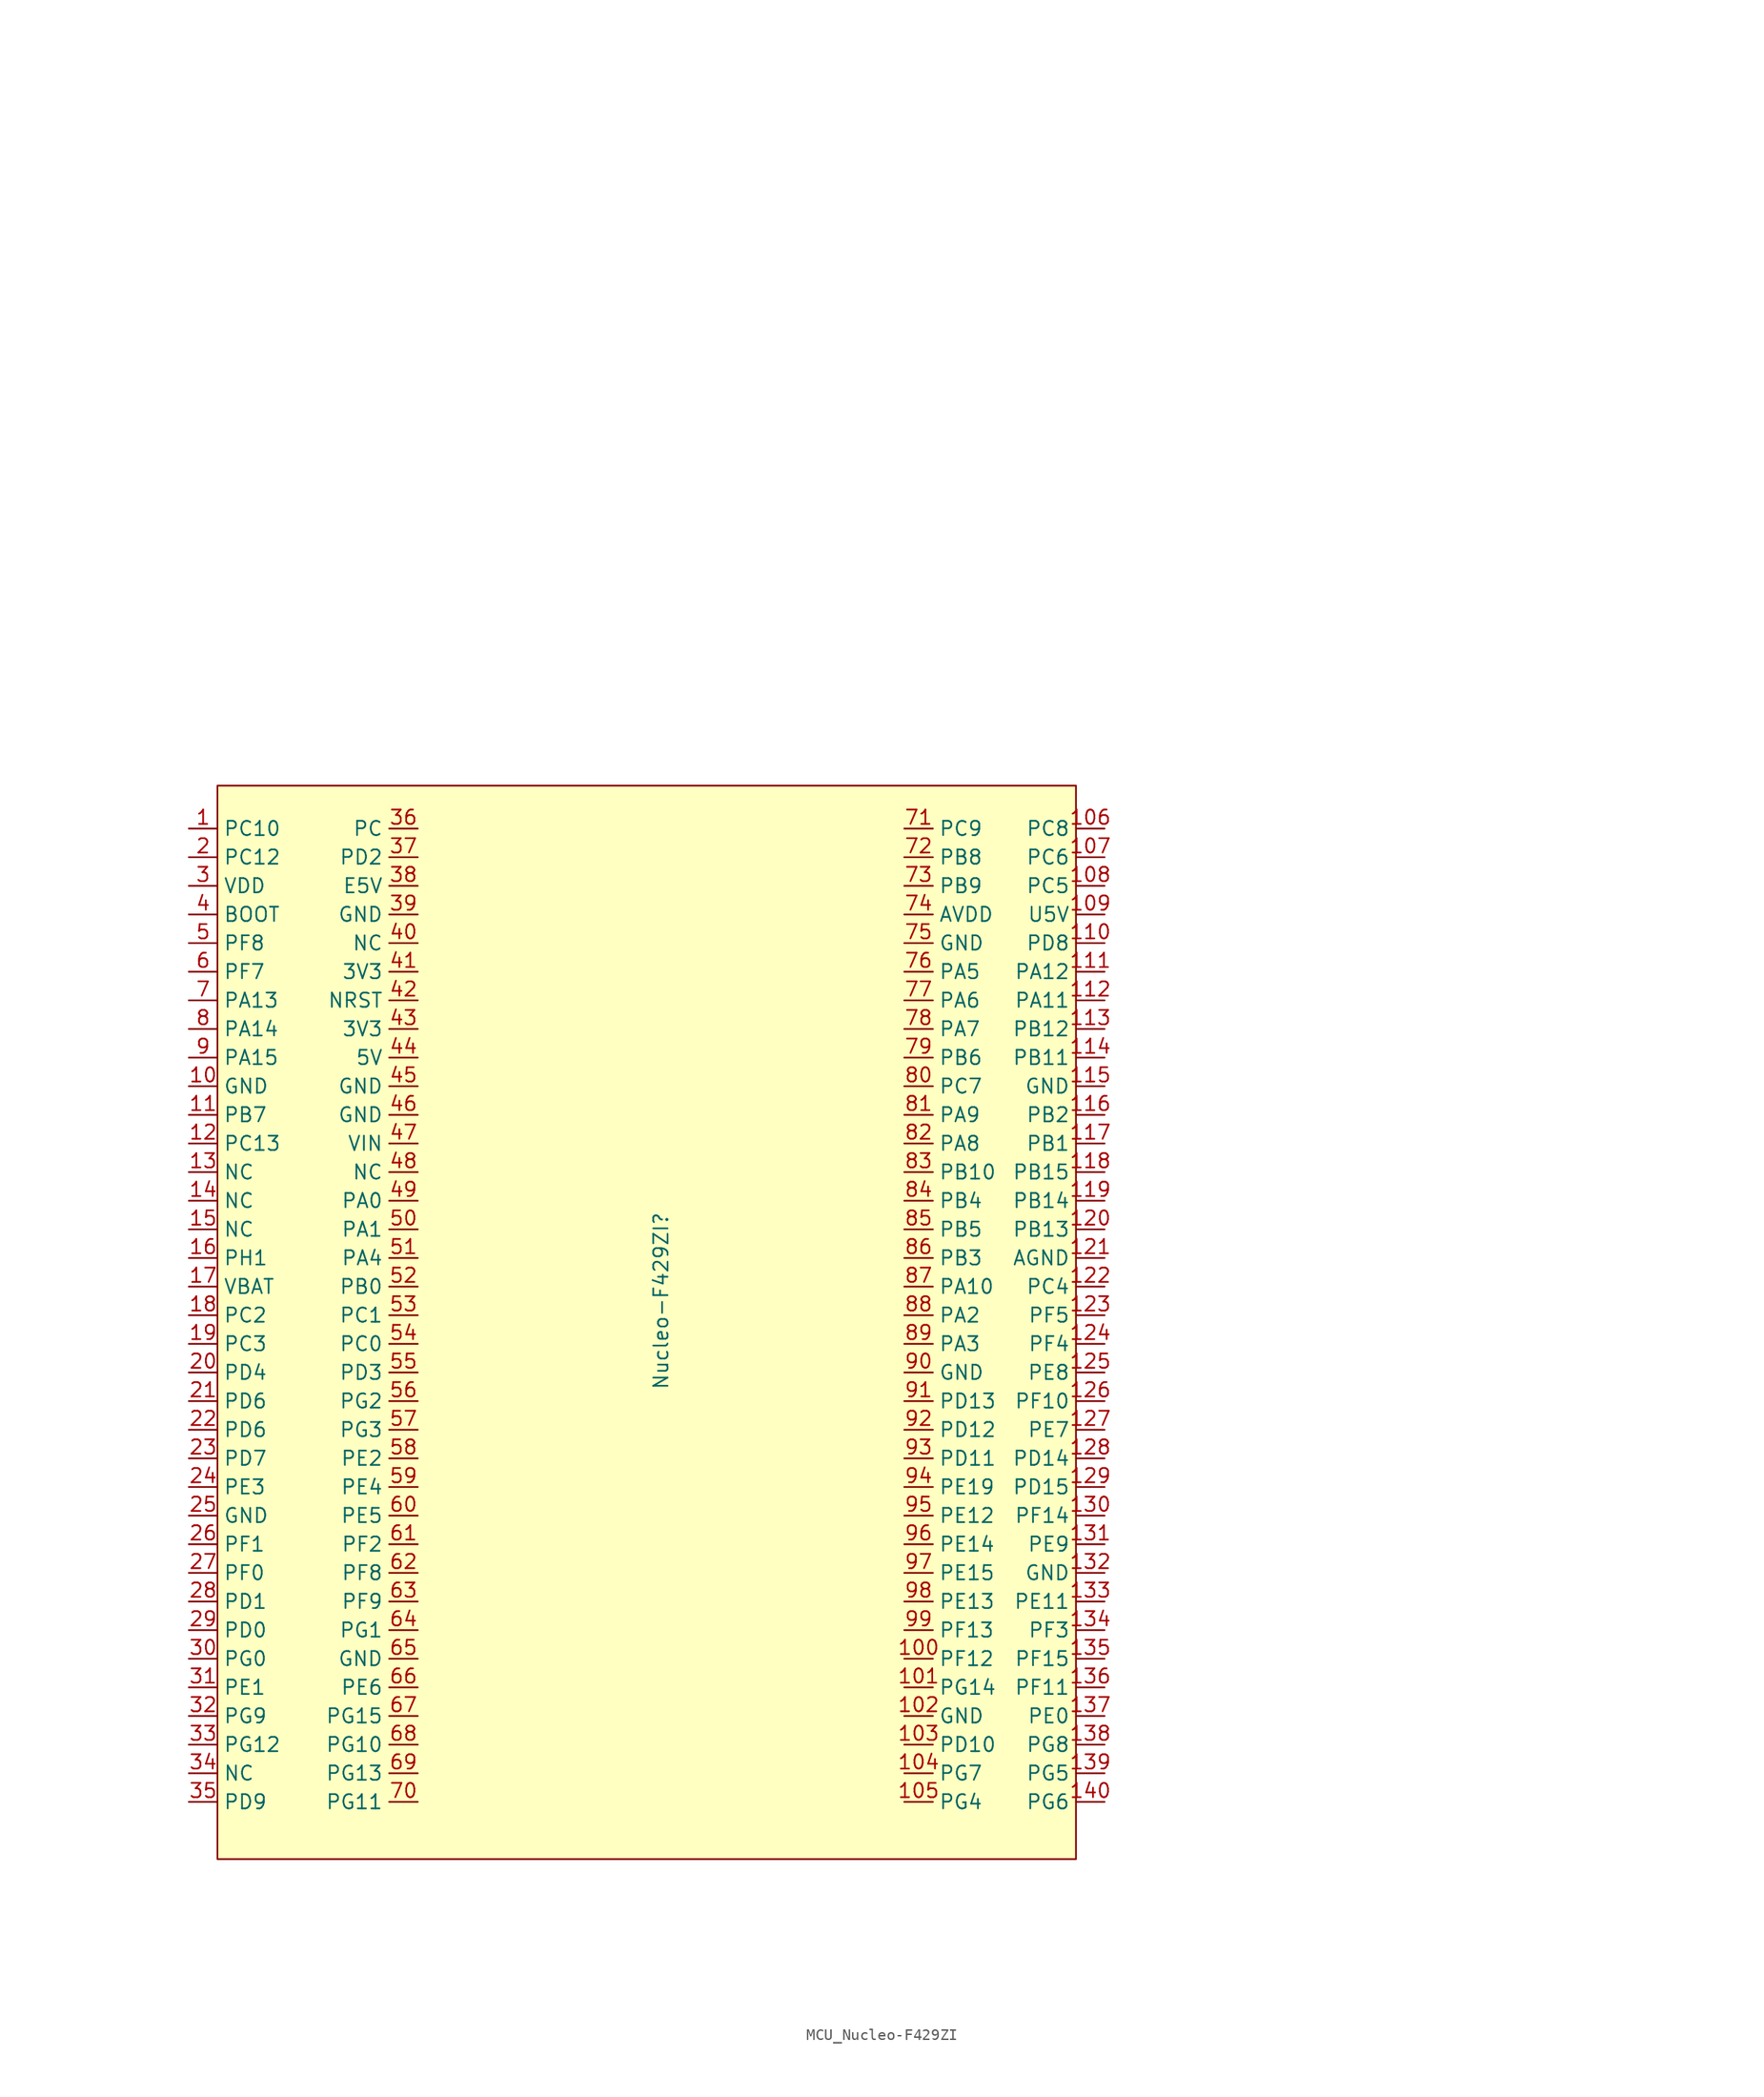
<source format=kicad_sym>
(kicad_symbol_lib
  (version 20220914)
  (generator kicad_symbol_editor)
  (symbol "MCU_Nucleo-F429ZI"
    (property "Reference" "Nucleo-F429ZI"
      (at -81.28 -96.52 90)
      (effects (font (size 1.27 1.27))))
    (property "Value" ""
      (at 0 0 0)
      (effects (font (size 1.27 1.27))))
    (symbol "MCU_Nucleo-F429ZI_1_0"
      (pin bidirectional line (at -123.19 -77.47 0) (length 2.54) (name "GND" (effects (font (size 1.27 1.27)))) (number "10" (effects (font (size 1.27 1.27)))))
      (pin bidirectional line (at -59.69 -128.27 0) (length 2.54) (name "PF12" (effects (font (size 1.27 1.27)))) (number "100" (effects (font (size 1.27 1.27)))))
      (pin bidirectional line (at -59.69 -130.81 0) (length 2.54) (name "PG14" (effects (font (size 1.27 1.27)))) (number "101" (effects (font (size 1.27 1.27)))))
      (pin bidirectional line (at -59.69 -133.35 0) (length 2.54) (name "GND" (effects (font (size 1.27 1.27)))) (number "102" (effects (font (size 1.27 1.27)))))
      (pin bidirectional line (at -59.69 -135.89 0) (length 2.54) (name "PD10" (effects (font (size 1.27 1.27)))) (number "103" (effects (font (size 1.27 1.27)))))
      (pin bidirectional line (at -59.69 -138.43 0) (length 2.54) (name "PG7" (effects (font (size 1.27 1.27)))) (number "104" (effects (font (size 1.27 1.27)))))
      (pin bidirectional line (at -59.69 -140.97 0) (length 2.54) (name "PG4" (effects (font (size 1.27 1.27)))) (number "105" (effects (font (size 1.27 1.27)))))
      (pin bidirectional line (at -41.91 -54.61 180) (length 2.54) (name "PC8" (effects (font (size 1.27 1.27)))) (number "106" (effects (font (size 1.27 1.27)))))
      (pin bidirectional line (at -41.91 -57.15 180) (length 2.54) (name "PC6" (effects (font (size 1.27 1.27)))) (number "107" (effects (font (size 1.27 1.27)))))
      (pin bidirectional line (at -41.91 -59.69 180) (length 2.54) (name "PC5" (effects (font (size 1.27 1.27)))) (number "108" (effects (font (size 1.27 1.27)))))
      (pin bidirectional line (at -41.91 -62.23 180) (length 2.54) (name "U5V" (effects (font (size 1.27 1.27)))) (number "109" (effects (font (size 1.27 1.27)))))
      (pin bidirectional line (at -123.19 -80.01 0) (length 2.54) (name "PB7" (effects (font (size 1.27 1.27)))) (number "11" (effects (font (size 1.27 1.27)))))
      (pin bidirectional line (at -41.91 -64.77 180) (length 2.54) (name "PD8" (effects (font (size 1.27 1.27)))) (number "110" (effects (font (size 1.27 1.27)))))
      (pin bidirectional line (at -41.91 -67.31 180) (length 2.54) (name "PA12" (effects (font (size 1.27 1.27)))) (number "111" (effects (font (size 1.27 1.27)))))
      (pin bidirectional line (at -41.91 -69.85 180) (length 2.54) (name "PA11" (effects (font (size 1.27 1.27)))) (number "112" (effects (font (size 1.27 1.27)))))
      (pin bidirectional line (at -41.91 -72.39 180) (length 2.54) (name "PB12" (effects (font (size 1.27 1.27)))) (number "113" (effects (font (size 1.27 1.27)))))
      (pin bidirectional line (at -41.91 -74.93 180) (length 2.54) (name "PB11" (effects (font (size 1.27 1.27)))) (number "114" (effects (font (size 1.27 1.27)))))
      (pin bidirectional line (at -41.91 -77.47 180) (length 2.54) (name "GND" (effects (font (size 1.27 1.27)))) (number "115" (effects (font (size 1.27 1.27)))))
      (pin bidirectional line (at -41.91 -80.01 180) (length 2.54) (name "PB2" (effects (font (size 1.27 1.27)))) (number "116" (effects (font (size 1.27 1.27)))))
      (pin bidirectional line (at -41.91 -82.55 180) (length 2.54) (name "PB1" (effects (font (size 1.27 1.27)))) (number "117" (effects (font (size 1.27 1.27)))))
      (pin bidirectional line (at -41.91 -85.09 180) (length 2.54) (name "PB15" (effects (font (size 1.27 1.27)))) (number "118" (effects (font (size 1.27 1.27)))))
      (pin bidirectional line (at -41.91 -87.63 180) (length 2.54) (name "PB14" (effects (font (size 1.27 1.27)))) (number "119" (effects (font (size 1.27 1.27)))))
      (pin bidirectional line (at -123.19 -82.55 0) (length 2.54) (name "PC13" (effects (font (size 1.27 1.27)))) (number "12" (effects (font (size 1.27 1.27)))))
      (pin bidirectional line (at -41.91 -90.17 180) (length 2.54) (name "PB13" (effects (font (size 1.27 1.27)))) (number "120" (effects (font (size 1.27 1.27)))))
      (pin bidirectional line (at -41.91 -92.71 180) (length 2.54) (name "AGND" (effects (font (size 1.27 1.27)))) (number "121" (effects (font (size 1.27 1.27)))))
      (pin bidirectional line (at -41.91 -95.25 180) (length 2.54) (name "PC4" (effects (font (size 1.27 1.27)))) (number "122" (effects (font (size 1.27 1.27)))))
      (pin bidirectional line (at -41.91 -97.79 180) (length 2.54) (name "PF5" (effects (font (size 1.27 1.27)))) (number "123" (effects (font (size 1.27 1.27)))))
      (pin bidirectional line (at -41.91 -100.33 180) (length 2.54) (name "PF4" (effects (font (size 1.27 1.27)))) (number "124" (effects (font (size 1.27 1.27)))))
      (pin bidirectional line (at -41.91 -102.87 180) (length 2.54) (name "PE8" (effects (font (size 1.27 1.27)))) (number "125" (effects (font (size 1.27 1.27)))))
      (pin bidirectional line (at -41.91 -105.41 180) (length 2.54) (name "PF10" (effects (font (size 1.27 1.27)))) (number "126" (effects (font (size 1.27 1.27)))))
      (pin bidirectional line (at -41.91 -107.95 180) (length 2.54) (name "PE7" (effects (font (size 1.27 1.27)))) (number "127" (effects (font (size 1.27 1.27)))))
      (pin bidirectional line (at -41.91 -110.49 180) (length 2.54) (name "PD14" (effects (font (size 1.27 1.27)))) (number "128" (effects (font (size 1.27 1.27)))))
      (pin bidirectional line (at -41.91 -113.03 180) (length 2.54) (name "PD15" (effects (font (size 1.27 1.27)))) (number "129" (effects (font (size 1.27 1.27)))))
      (pin bidirectional line (at -123.19 -85.09 0) (length 2.54) (name "NC" (effects (font (size 1.27 1.27)))) (number "13" (effects (font (size 1.27 1.27)))))
      (pin bidirectional line (at -41.91 -115.57 180) (length 2.54) (name "PF14" (effects (font (size 1.27 1.27)))) (number "130" (effects (font (size 1.27 1.27)))))
      (pin bidirectional line (at -41.91 -118.11 180) (length 2.54) (name "PE9" (effects (font (size 1.27 1.27)))) (number "131" (effects (font (size 1.27 1.27)))))
      (pin bidirectional line (at -41.91 -120.65 180) (length 2.54) (name "GND" (effects (font (size 1.27 1.27)))) (number "132" (effects (font (size 1.27 1.27)))))
      (pin bidirectional line (at -41.91 -123.19 180) (length 2.54) (name "PE11" (effects (font (size 1.27 1.27)))) (number "133" (effects (font (size 1.27 1.27)))))
      (pin bidirectional line (at -41.91 -125.73 180) (length 2.54) (name "PF3" (effects (font (size 1.27 1.27)))) (number "134" (effects (font (size 1.27 1.27)))))
      (pin bidirectional line (at -41.91 -128.27 180) (length 2.54) (name "PF15" (effects (font (size 1.27 1.27)))) (number "135" (effects (font (size 1.27 1.27)))))
      (pin bidirectional line (at -41.91 -130.81 180) (length 2.54) (name "PF11" (effects (font (size 1.27 1.27)))) (number "136" (effects (font (size 1.27 1.27)))))
      (pin bidirectional line (at -41.91 -133.35 180) (length 2.54) (name "PE0" (effects (font (size 1.27 1.27)))) (number "137" (effects (font (size 1.27 1.27)))))
      (pin bidirectional line (at -41.91 -135.89 180) (length 2.54) (name "PG8" (effects (font (size 1.27 1.27)))) (number "138" (effects (font (size 1.27 1.27)))))
      (pin bidirectional line (at -41.91 -138.43 180) (length 2.54) (name "PG5" (effects (font (size 1.27 1.27)))) (number "139" (effects (font (size 1.27 1.27)))))
      (pin bidirectional line (at -123.19 -87.63 0) (length 2.54) (name "NC" (effects (font (size 1.27 1.27)))) (number "14" (effects (font (size 1.27 1.27)))))
      (pin bidirectional line (at -41.91 -140.97 180) (length 2.54) (name "PG6" (effects (font (size 1.27 1.27)))) (number "140" (effects (font (size 1.27 1.27)))))
      (pin bidirectional line (at -123.19 -90.17 0) (length 2.54) (name "NC" (effects (font (size 1.27 1.27)))) (number "15" (effects (font (size 1.27 1.27)))))
      (pin bidirectional line (at -123.19 -92.71 0) (length 2.54) (name "PH1" (effects (font (size 1.27 1.27)))) (number "16" (effects (font (size 1.27 1.27)))))
      (pin bidirectional line (at -123.19 -95.25 0) (length 2.54) (name "VBAT" (effects (font (size 1.27 1.27)))) (number "17" (effects (font (size 1.27 1.27)))))
      (pin bidirectional line (at -123.19 -97.79 0) (length 2.54) (name "PC2" (effects (font (size 1.27 1.27)))) (number "18" (effects (font (size 1.27 1.27)))))
      (pin bidirectional line (at -123.19 -100.33 0) (length 2.54) (name "PC3" (effects (font (size 1.27 1.27)))) (number "19" (effects (font (size 1.27 1.27)))))
      (pin bidirectional line (at -123.19 -57.15 0) (length 2.54) (name "PC12" (effects (font (size 1.27 1.27)))) (number "2" (effects (font (size 1.27 1.27)))))
      (pin bidirectional line (at -123.19 -102.87 0) (length 2.54) (name "PD4" (effects (font (size 1.27 1.27)))) (number "20" (effects (font (size 1.27 1.27)))))
      (pin bidirectional line (at -123.19 -105.41 0) (length 2.54) (name "PD6" (effects (font (size 1.27 1.27)))) (number "21" (effects (font (size 1.27 1.27)))))
      (pin bidirectional line (at -123.19 -107.95 0) (length 2.54) (name "PD6" (effects (font (size 1.27 1.27)))) (number "22" (effects (font (size 1.27 1.27)))))
      (pin bidirectional line (at -123.19 -110.49 0) (length 2.54) (name "PD7" (effects (font (size 1.27 1.27)))) (number "23" (effects (font (size 1.27 1.27)))))
      (pin bidirectional line (at -123.19 -113.03 0) (length 2.54) (name "PE3" (effects (font (size 1.27 1.27)))) (number "24" (effects (font (size 1.27 1.27)))))
      (pin bidirectional line (at -123.19 -115.57 0) (length 2.54) (name "GND" (effects (font (size 1.27 1.27)))) (number "25" (effects (font (size 1.27 1.27)))))
      (pin bidirectional line (at -123.19 -118.11 0) (length 2.54) (name "PF1" (effects (font (size 1.27 1.27)))) (number "26" (effects (font (size 1.27 1.27)))))
      (pin bidirectional line (at -123.19 -120.65 0) (length 2.54) (name "PF0" (effects (font (size 1.27 1.27)))) (number "27" (effects (font (size 1.27 1.27)))))
      (pin bidirectional line (at -123.19 -123.19 0) (length 2.54) (name "PD1" (effects (font (size 1.27 1.27)))) (number "28" (effects (font (size 1.27 1.27)))))
      (pin bidirectional line (at -123.19 -125.73 0) (length 2.54) (name "PD0" (effects (font (size 1.27 1.27)))) (number "29" (effects (font (size 1.27 1.27)))))
      (pin bidirectional line (at -123.19 -59.69 0) (length 2.54) (name "VDD" (effects (font (size 1.27 1.27)))) (number "3" (effects (font (size 1.27 1.27)))))
      (pin bidirectional line (at -123.19 -128.27 0) (length 2.54) (name "PG0" (effects (font (size 1.27 1.27)))) (number "30" (effects (font (size 1.27 1.27)))))
      (pin bidirectional line (at -123.19 -130.81 0) (length 2.54) (name "PE1" (effects (font (size 1.27 1.27)))) (number "31" (effects (font (size 1.27 1.27)))))
      (pin bidirectional line (at -123.19 -133.35 0) (length 2.54) (name "PG9" (effects (font (size 1.27 1.27)))) (number "32" (effects (font (size 1.27 1.27)))))
      (pin bidirectional line (at -123.19 -135.89 0) (length 2.54) (name "PG12" (effects (font (size 1.27 1.27)))) (number "33" (effects (font (size 1.27 1.27)))))
      (pin bidirectional line (at -123.19 -138.43 0) (length 2.54) (name "NC" (effects (font (size 1.27 1.27)))) (number "34" (effects (font (size 1.27 1.27)))))
      (pin bidirectional line (at -123.19 -140.97 0) (length 2.54) (name "PD9" (effects (font (size 1.27 1.27)))) (number "35" (effects (font (size 1.27 1.27)))))
      (pin bidirectional line (at -102.87 -54.61 180) (length 2.54) (name "PC" (effects (font (size 1.27 1.27)))) (number "36" (effects (font (size 1.27 1.27)))))
      (pin bidirectional line (at -102.87 -57.15 180) (length 2.54) (name "PD2" (effects (font (size 1.27 1.27)))) (number "37" (effects (font (size 1.27 1.27)))))
      (pin bidirectional line (at -102.87 -59.69 180) (length 2.54) (name "E5V" (effects (font (size 1.27 1.27)))) (number "38" (effects (font (size 1.27 1.27)))))
      (pin bidirectional line (at -102.87 -62.23 180) (length 2.54) (name "GND" (effects (font (size 1.27 1.27)))) (number "39" (effects (font (size 1.27 1.27)))))
      (pin bidirectional line (at -123.19 -62.23 0) (length 2.54) (name "BOOT" (effects (font (size 1.27 1.27)))) (number "4" (effects (font (size 1.27 1.27)))))
      (pin bidirectional line (at -102.87 -64.77 180) (length 2.54) (name "NC" (effects (font (size 1.27 1.27)))) (number "40" (effects (font (size 1.27 1.27)))))
      (pin bidirectional line (at -102.87 -67.31 180) (length 2.54) (name "3V3" (effects (font (size 1.27 1.27)))) (number "41" (effects (font (size 1.27 1.27)))))
      (pin bidirectional line (at -102.87 -69.85 180) (length 2.54) (name "NRST" (effects (font (size 1.27 1.27)))) (number "42" (effects (font (size 1.27 1.27)))))
      (pin bidirectional line (at -102.87 -72.39 180) (length 2.54) (name "3V3" (effects (font (size 1.27 1.27)))) (number "43" (effects (font (size 1.27 1.27)))))
      (pin bidirectional line (at -102.87 -74.93 180) (length 2.54) (name "5V" (effects (font (size 1.27 1.27)))) (number "44" (effects (font (size 1.27 1.27)))))
      (pin bidirectional line (at -102.87 -77.47 180) (length 2.54) (name "GND" (effects (font (size 1.27 1.27)))) (number "45" (effects (font (size 1.27 1.27)))))
      (pin bidirectional line (at -102.87 -80.01 180) (length 2.54) (name "GND" (effects (font (size 1.27 1.27)))) (number "46" (effects (font (size 1.27 1.27)))))
      (pin bidirectional line (at -102.87 -82.55 180) (length 2.54) (name "VIN" (effects (font (size 1.27 1.27)))) (number "47" (effects (font (size 1.27 1.27)))))
      (pin bidirectional line (at -102.87 -85.09 180) (length 2.54) (name "NC" (effects (font (size 1.27 1.27)))) (number "48" (effects (font (size 1.27 1.27)))))
      (pin bidirectional line (at -102.87 -87.63 180) (length 2.54) (name "PA0" (effects (font (size 1.27 1.27)))) (number "49" (effects (font (size 1.27 1.27)))))
      (pin bidirectional line (at -123.19 -64.77 0) (length 2.54) (name "PF8" (effects (font (size 1.27 1.27)))) (number "5" (effects (font (size 1.27 1.27)))))
      (pin bidirectional line (at -102.87 -90.17 180) (length 2.54) (name "PA1" (effects (font (size 1.27 1.27)))) (number "50" (effects (font (size 1.27 1.27)))))
      (pin bidirectional line (at -102.87 -92.71 180) (length 2.54) (name "PA4" (effects (font (size 1.27 1.27)))) (number "51" (effects (font (size 1.27 1.27)))))
      (pin bidirectional line (at -102.87 -95.25 180) (length 2.54) (name "PB0" (effects (font (size 1.27 1.27)))) (number "52" (effects (font (size 1.27 1.27)))))
      (pin bidirectional line (at -102.87 -97.79 180) (length 2.54) (name "PC1" (effects (font (size 1.27 1.27)))) (number "53" (effects (font (size 1.27 1.27)))))
      (pin bidirectional line (at -102.87 -100.33 180) (length 2.54) (name "PC0" (effects (font (size 1.27 1.27)))) (number "54" (effects (font (size 1.27 1.27)))))
      (pin bidirectional line (at -102.87 -102.87 180) (length 2.54) (name "PD3" (effects (font (size 1.27 1.27)))) (number "55" (effects (font (size 1.27 1.27)))))
      (pin bidirectional line (at -102.87 -105.41 180) (length 2.54) (name "PG2" (effects (font (size 1.27 1.27)))) (number "56" (effects (font (size 1.27 1.27)))))
      (pin bidirectional line (at -102.87 -107.95 180) (length 2.54) (name "PG3" (effects (font (size 1.27 1.27)))) (number "57" (effects (font (size 1.27 1.27)))))
      (pin bidirectional line (at -102.87 -110.49 180) (length 2.54) (name "PE2" (effects (font (size 1.27 1.27)))) (number "58" (effects (font (size 1.27 1.27)))))
      (pin bidirectional line (at -102.87 -113.03 180) (length 2.54) (name "PE4" (effects (font (size 1.27 1.27)))) (number "59" (effects (font (size 1.27 1.27)))))
      (pin bidirectional line (at -123.19 -67.31 0) (length 2.54) (name "PF7" (effects (font (size 1.27 1.27)))) (number "6" (effects (font (size 1.27 1.27)))))
      (pin bidirectional line (at -102.87 -115.57 180) (length 2.54) (name "PE5" (effects (font (size 1.27 1.27)))) (number "60" (effects (font (size 1.27 1.27)))))
      (pin bidirectional line (at -102.87 -118.11 180) (length 2.54) (name "PF2" (effects (font (size 1.27 1.27)))) (number "61" (effects (font (size 1.27 1.27)))))
      (pin bidirectional line (at -102.87 -120.65 180) (length 2.54) (name "PF8" (effects (font (size 1.27 1.27)))) (number "62" (effects (font (size 1.27 1.27)))))
      (pin bidirectional line (at -102.87 -123.19 180) (length 2.54) (name "PF9" (effects (font (size 1.27 1.27)))) (number "63" (effects (font (size 1.27 1.27)))))
      (pin bidirectional line (at -102.87 -125.73 180) (length 2.54) (name "PG1" (effects (font (size 1.27 1.27)))) (number "64" (effects (font (size 1.27 1.27)))))
      (pin bidirectional line (at -102.87 -128.27 180) (length 2.54) (name "GND" (effects (font (size 1.27 1.27)))) (number "65" (effects (font (size 1.27 1.27)))))
      (pin bidirectional line (at -102.87 -130.81 180) (length 2.54) (name "PE6" (effects (font (size 1.27 1.27)))) (number "66" (effects (font (size 1.27 1.27)))))
      (pin bidirectional line (at -102.87 -133.35 180) (length 2.54) (name "PG15" (effects (font (size 1.27 1.27)))) (number "67" (effects (font (size 1.27 1.27)))))
      (pin bidirectional line (at -102.87 -135.89 180) (length 2.54) (name "PG10" (effects (font (size 1.27 1.27)))) (number "68" (effects (font (size 1.27 1.27)))))
      (pin bidirectional line (at -102.87 -138.43 180) (length 2.54) (name "PG13" (effects (font (size 1.27 1.27)))) (number "69" (effects (font (size 1.27 1.27)))))
      (pin bidirectional line (at -123.19 -69.85 0) (length 2.54) (name "PA13" (effects (font (size 1.27 1.27)))) (number "7" (effects (font (size 1.27 1.27)))))
      (pin bidirectional line (at -102.87 -140.97 180) (length 2.54) (name "PG11" (effects (font (size 1.27 1.27)))) (number "70" (effects (font (size 1.27 1.27)))))
      (pin bidirectional line (at -59.69 -54.61 0) (length 2.54) (name "PC9" (effects (font (size 1.27 1.27)))) (number "71" (effects (font (size 1.27 1.27)))))
      (pin bidirectional line (at -59.69 -57.15 0) (length 2.54) (name "PB8" (effects (font (size 1.27 1.27)))) (number "72" (effects (font (size 1.27 1.27)))))
      (pin bidirectional line (at -59.69 -59.69 0) (length 2.54) (name "PB9" (effects (font (size 1.27 1.27)))) (number "73" (effects (font (size 1.27 1.27)))))
      (pin bidirectional line (at -59.69 -62.23 0) (length 2.54) (name "AVDD" (effects (font (size 1.27 1.27)))) (number "74" (effects (font (size 1.27 1.27)))))
      (pin bidirectional line (at -59.69 -64.77 0) (length 2.54) (name "GND" (effects (font (size 1.27 1.27)))) (number "75" (effects (font (size 1.27 1.27)))))
      (pin bidirectional line (at -59.69 -67.31 0) (length 2.54) (name "PA5" (effects (font (size 1.27 1.27)))) (number "76" (effects (font (size 1.27 1.27)))))
      (pin bidirectional line (at -59.69 -69.85 0) (length 2.54) (name "PA6" (effects (font (size 1.27 1.27)))) (number "77" (effects (font (size 1.27 1.27)))))
      (pin bidirectional line (at -59.69 -72.39 0) (length 2.54) (name "PA7" (effects (font (size 1.27 1.27)))) (number "78" (effects (font (size 1.27 1.27)))))
      (pin bidirectional line (at -59.69 -74.93 0) (length 2.54) (name "PB6" (effects (font (size 1.27 1.27)))) (number "79" (effects (font (size 1.27 1.27)))))
      (pin bidirectional line (at -123.19 -72.39 0) (length 2.54) (name "PA14" (effects (font (size 1.27 1.27)))) (number "8" (effects (font (size 1.27 1.27)))))
      (pin bidirectional line (at -59.69 -77.47 0) (length 2.54) (name "PC7" (effects (font (size 1.27 1.27)))) (number "80" (effects (font (size 1.27 1.27)))))
      (pin bidirectional line (at -59.69 -80.01 0) (length 2.54) (name "PA9" (effects (font (size 1.27 1.27)))) (number "81" (effects (font (size 1.27 1.27)))))
      (pin bidirectional line (at -59.69 -82.55 0) (length 2.54) (name "PA8" (effects (font (size 1.27 1.27)))) (number "82" (effects (font (size 1.27 1.27)))))
      (pin bidirectional line (at -59.69 -85.09 0) (length 2.54) (name "PB10" (effects (font (size 1.27 1.27)))) (number "83" (effects (font (size 1.27 1.27)))))
      (pin bidirectional line (at -59.69 -87.63 0) (length 2.54) (name "PB4" (effects (font (size 1.27 1.27)))) (number "84" (effects (font (size 1.27 1.27)))))
      (pin bidirectional line (at -59.69 -90.17 0) (length 2.54) (name "PB5" (effects (font (size 1.27 1.27)))) (number "85" (effects (font (size 1.27 1.27)))))
      (pin bidirectional line (at -59.69 -92.71 0) (length 2.54) (name "PB3" (effects (font (size 1.27 1.27)))) (number "86" (effects (font (size 1.27 1.27)))))
      (pin bidirectional line (at -59.69 -95.25 0) (length 2.54) (name "PA10" (effects (font (size 1.27 1.27)))) (number "87" (effects (font (size 1.27 1.27)))))
      (pin bidirectional line (at -59.69 -97.79 0) (length 2.54) (name "PA2" (effects (font (size 1.27 1.27)))) (number "88" (effects (font (size 1.27 1.27)))))
      (pin bidirectional line (at -59.69 -100.33 0) (length 2.54) (name "PA3" (effects (font (size 1.27 1.27)))) (number "89" (effects (font (size 1.27 1.27)))))
      (pin bidirectional line (at -123.19 -74.93 0) (length 2.54) (name "PA15" (effects (font (size 1.27 1.27)))) (number "9" (effects (font (size 1.27 1.27)))))
      (pin bidirectional line (at -59.69 -102.87 0) (length 2.54) (name "GND" (effects (font (size 1.27 1.27)))) (number "90" (effects (font (size 1.27 1.27)))))
      (pin bidirectional line (at -59.69 -105.41 0) (length 2.54) (name "PD13" (effects (font (size 1.27 1.27)))) (number "91" (effects (font (size 1.27 1.27)))))
      (pin bidirectional line (at -59.69 -107.95 0) (length 2.54) (name "PD12" (effects (font (size 1.27 1.27)))) (number "92" (effects (font (size 1.27 1.27)))))
      (pin bidirectional line (at -59.69 -110.49 0) (length 2.54) (name "PD11" (effects (font (size 1.27 1.27)))) (number "93" (effects (font (size 1.27 1.27)))))
      (pin bidirectional line (at -59.69 -113.03 0) (length 2.54) (name "PE19" (effects (font (size 1.27 1.27)))) (number "94" (effects (font (size 1.27 1.27)))))
      (pin bidirectional line (at -59.69 -115.57 0) (length 2.54) (name "PE12" (effects (font (size 1.27 1.27)))) (number "95" (effects (font (size 1.27 1.27)))))
      (pin bidirectional line (at -59.69 -118.11 0) (length 2.54) (name "PE14" (effects (font (size 1.27 1.27)))) (number "96" (effects (font (size 1.27 1.27)))))
      (pin bidirectional line (at -59.69 -120.65 0) (length 2.54) (name "PE15" (effects (font (size 1.27 1.27)))) (number "97" (effects (font (size 1.27 1.27)))))
      (pin bidirectional line (at -59.69 -123.19 0) (length 2.54) (name "PE13" (effects (font (size 1.27 1.27)))) (number "98" (effects (font (size 1.27 1.27)))))
      (pin bidirectional line (at -59.69 -125.73 0) (length 2.54) (name "PF13" (effects (font (size 1.27 1.27)))) (number "99" (effects (font (size 1.27 1.27))))))
    (symbol "MCU_Nucleo-F429ZI_1_1"
      (rectangle (start -120.65 -50.8) (end -44.45 -146.05) (stroke (width 0) (type default)) (fill (type background)))
      (pin bidirectional line (at -123.19 -54.61 0) (length 2.54) (name "PC10" (effects (font (size 1.27 1.27)))) (number "1" (effects (font (size 1.27 1.27))))))))
</source>
